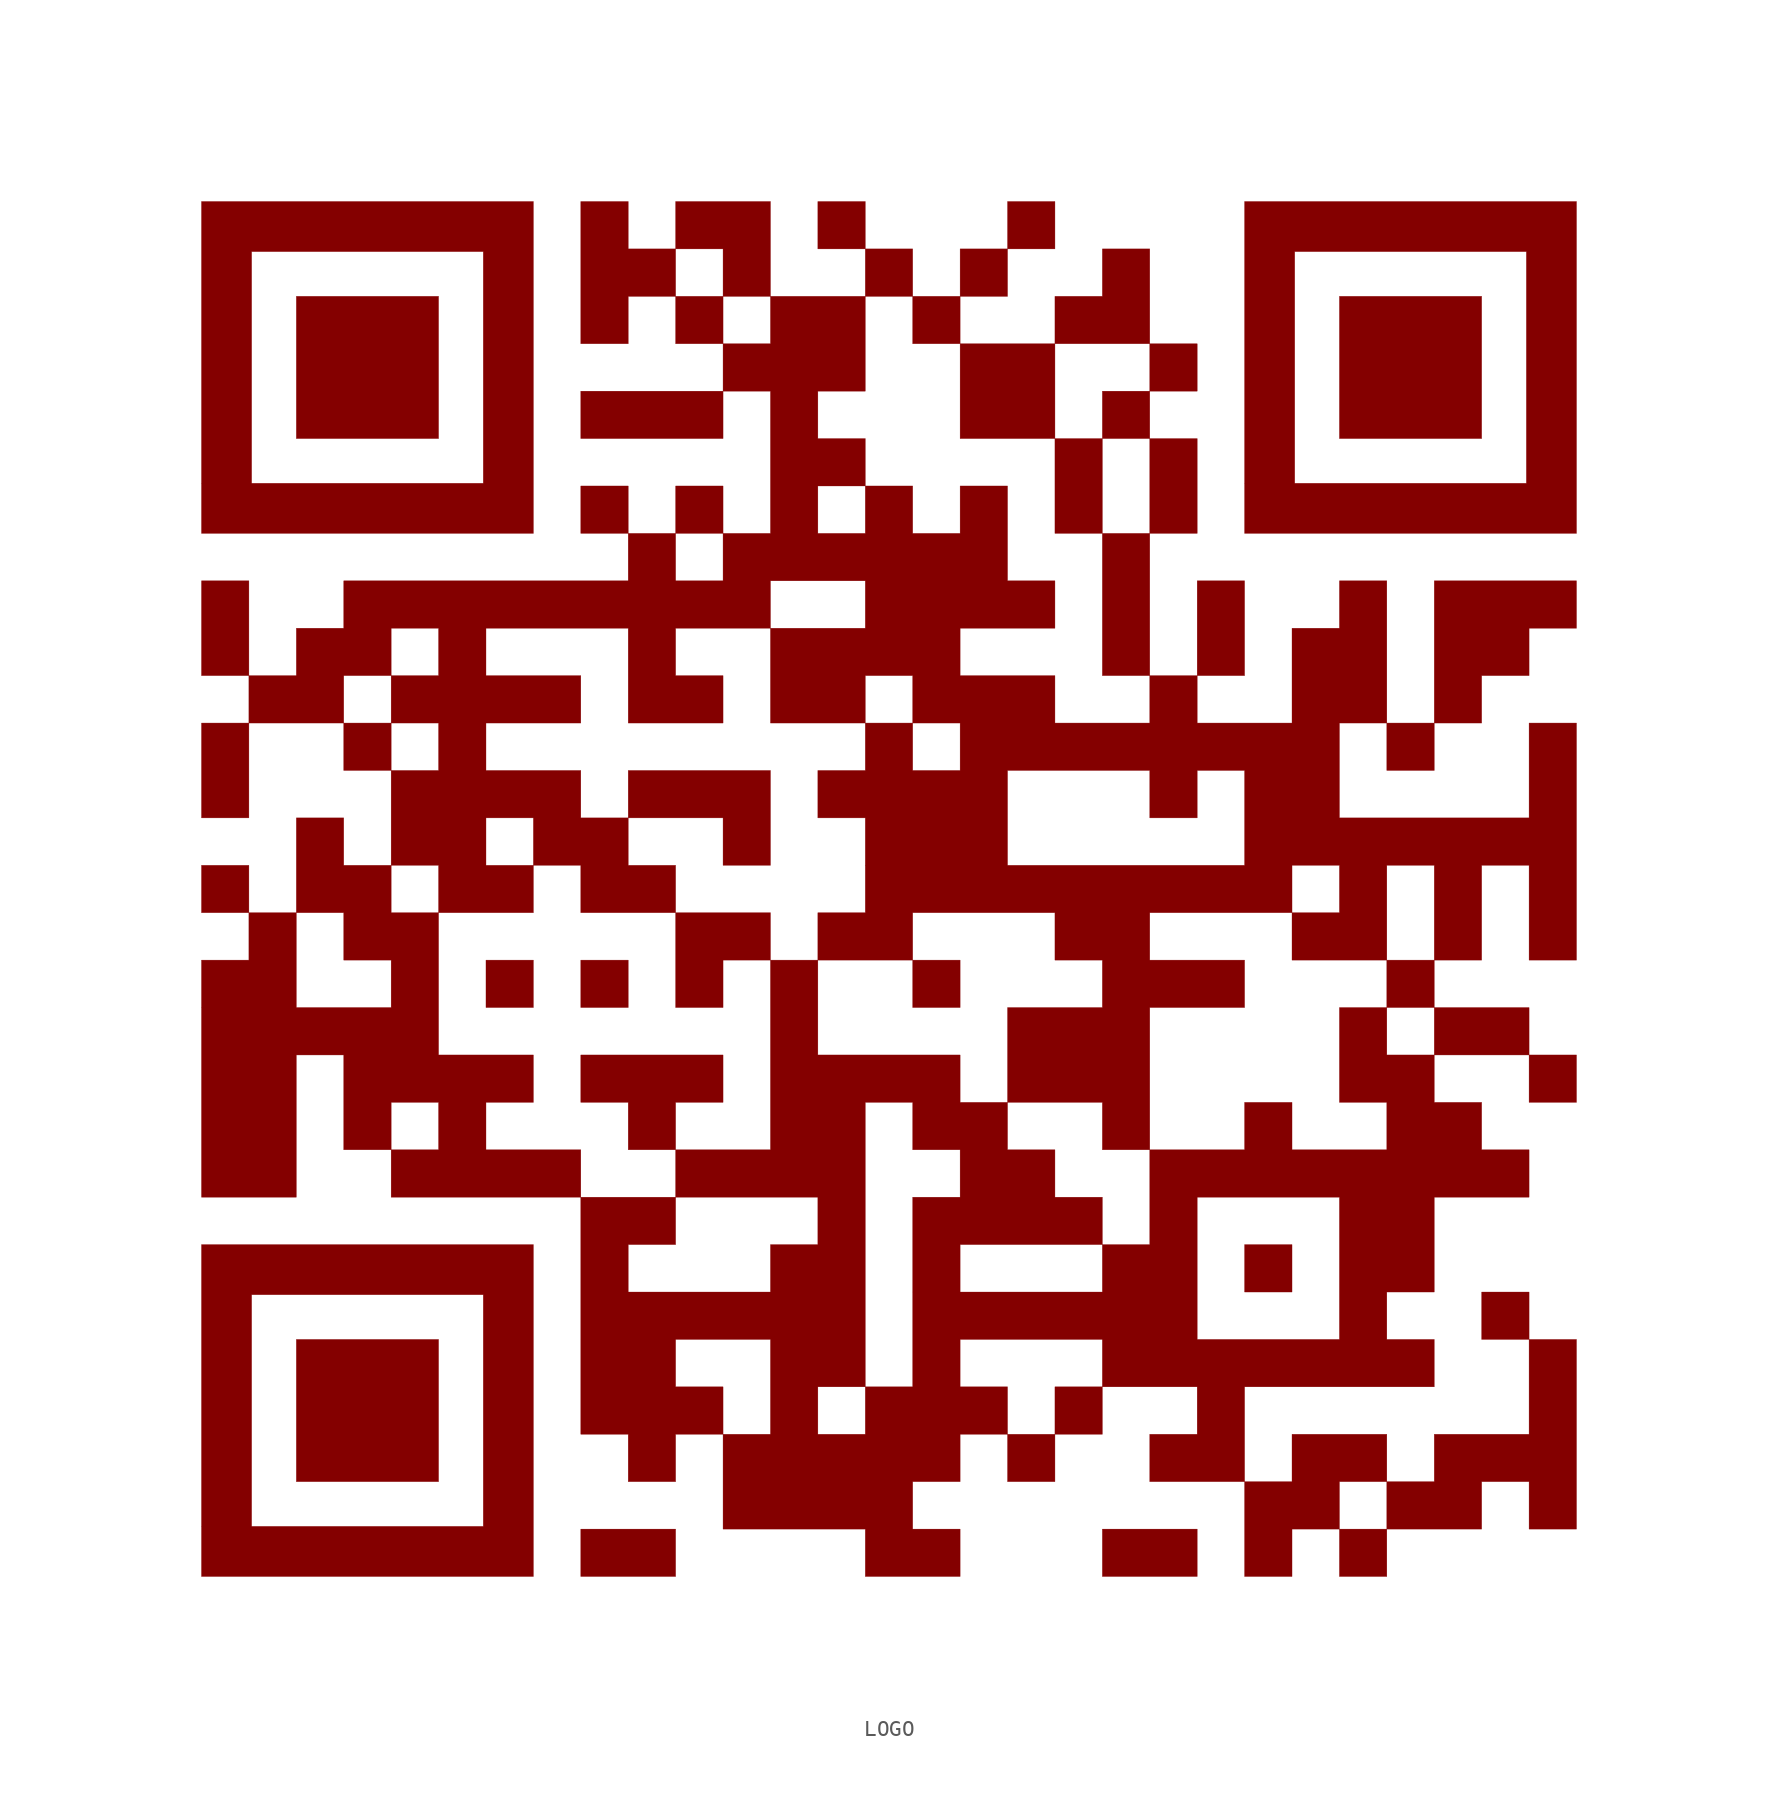
<source format=kicad_sym>
(kicad_symbol_lib
  (version 20220914)
  (generator bitmap2component)
  (symbol "LOGO"
    (pin_names
      (offset 1.016))
    (property "Reference" "#G"
      (at 0 48.218 0)
      (effects (font (size 1.27 1.27)) hide))
    (symbol "LOGO_0_0"
      (polyline (pts (xy -22.183 -32.639) (xy -22.183 -22.267) (xy -32.554 -22.267) (xy -42.926 -22.267) (xy -42.926 -32.639) (xy -42.926 -39.878) (xy -39.793 -39.878) (xy -39.793 -32.639) (xy -39.793 -25.4) (xy -32.554 -25.4) (xy -25.315 -25.4) (xy -25.315 -32.639) (xy -25.315 -39.878) (xy -32.554 -39.878) (xy -39.793 -39.878) (xy -42.926 -39.878) (xy -42.926 -43.011) (xy -32.554 -43.011) (xy -22.183 -43.011) (xy -22.183 -32.639)) (stroke (width 0.01) (type default)) (fill (type outline)))
      (polyline (pts (xy -13.293 -41.529) (xy -13.293 -40.047) (xy -16.256 -40.047) (xy -19.219 -40.047) (xy -19.219 -41.529) (xy -19.219 -43.011) (xy -16.256 -43.011) (xy -13.293 -43.011) (xy -13.293 -41.529)) (stroke (width 0.01) (type default)) (fill (type outline)))
      (polyline (pts (xy 4.487 -41.529) (xy 4.487 -40.047) (xy 3.006 -40.047) (xy 1.524 -40.047) (xy 1.524 -38.566) (xy 1.524 -37.084) (xy 3.006 -37.084) (xy 4.487 -37.084) (xy 4.487 -35.602) (xy 4.487 -34.121) (xy 5.969 -34.121) (xy 7.451 -34.121) (xy 7.451 -35.602) (xy 7.451 -37.084) (xy 8.932 -37.084) (xy 10.414 -37.084) (xy 10.414 -35.602) (xy 10.414 -34.121) (xy 8.932 -34.121) (xy 7.451 -34.121) (xy 7.451 -32.639) (xy 7.451 -31.157) (xy 5.969 -31.157) (xy 4.487 -31.157) (xy 4.487 -29.676) (xy 4.487 -28.194) (xy 8.932 -28.194) (xy 13.377 -28.194) (xy 19.304 -28.194) (xy 19.304 -23.749) (xy 19.304 -19.304) (xy 23.749 -19.304) (xy 28.194 -19.304) (xy 28.194 -23.749) (xy 28.194 -28.194) (xy 23.749 -28.194) (xy 19.304 -28.194) (xy 13.377 -28.194) (xy 13.377 -29.676) (xy 13.377 -31.157) (xy 11.896 -31.157) (xy 10.414 -31.157) (xy 10.414 -32.639) (xy 10.414 -34.121) (xy 11.896 -34.121) (xy 13.377 -34.121) (xy 13.377 -32.639) (xy 13.377 -31.157) (xy 16.341 -31.157) (xy 19.304 -31.157) (xy 19.304 -32.639) (xy 19.304 -34.121) (xy 17.822 -34.121) (xy 16.341 -34.121) (xy 16.341 -35.602) (xy 16.341 -37.084) (xy 19.304 -37.084) (xy 22.267 -37.084) (xy 22.267 -40.047) (xy 22.267 -43.011) (xy 23.749 -43.011) (xy 25.231 -43.011) (xy 25.231 -41.529) (xy 25.231 -40.047) (xy 26.712 -40.047) (xy 28.194 -40.047) (xy 28.194 -41.529) (xy 28.194 -43.011) (xy 29.676 -43.011) (xy 31.157 -43.011) (xy 31.157 -41.529) (xy 31.157 -40.047) (xy 29.676 -40.047) (xy 28.194 -40.047) (xy 28.194 -38.566) (xy 28.194 -37.084) (xy 29.676 -37.084) (xy 31.157 -37.084) (xy 31.157 -38.566) (xy 31.157 -40.047) (xy 34.121 -40.047) (xy 37.084 -40.047) (xy 37.084 -38.566) (xy 37.084 -37.084) (xy 38.566 -37.084) (xy 40.047 -37.084) (xy 40.047 -38.566) (xy 40.047 -40.047) (xy 41.529 -40.047) (xy 43.011 -40.047) (xy 43.011 -34.121) (xy 43.011 -28.194) (xy 41.529 -28.194) (xy 40.047 -28.194) (xy 40.047 -26.712) (xy 40.047 -25.231) (xy 38.566 -25.231) (xy 37.084 -25.231) (xy 37.084 -26.712) (xy 37.084 -28.194) (xy 38.566 -28.194) (xy 40.047 -28.194) (xy 40.047 -31.157) (xy 40.047 -34.121) (xy 37.084 -34.121) (xy 34.121 -34.121) (xy 34.121 -35.602) (xy 34.121 -37.084) (xy 32.639 -37.084) (xy 31.157 -37.084) (xy 31.157 -35.602) (xy 31.157 -34.121) (xy 28.194 -34.121) (xy 25.231 -34.121) (xy 25.231 -35.602) (xy 25.231 -37.084) (xy 23.749 -37.084) (xy 22.267 -37.084) (xy 22.267 -34.121) (xy 22.267 -31.157) (xy 28.194 -31.157) (xy 34.121 -31.157) (xy 34.121 -29.676) (xy 34.121 -28.194) (xy 32.639 -28.194) (xy 31.157 -28.194) (xy 31.157 -26.712) (xy 31.157 -25.231) (xy 32.639 -25.231) (xy 34.121 -25.231) (xy 34.121 -22.267) (xy 34.121 -19.304) (xy 37.084 -19.304) (xy 40.047 -19.304) (xy 40.047 -17.822) (xy 40.047 -16.341) (xy 38.566 -16.341) (xy 37.084 -16.341) (xy 37.084 -14.859) (xy 37.084 -13.377) (xy 35.602 -13.377) (xy 34.121 -13.377) (xy 34.121 -11.896) (xy 34.121 -10.414) (xy 37.084 -10.414) (xy 40.047 -10.414) (xy 40.047 -11.896) (xy 40.047 -13.377) (xy 41.529 -13.377) (xy 43.011 -13.377) (xy 43.011 -11.896) (xy 43.011 -10.414) (xy 41.529 -10.414) (xy 40.047 -10.414) (xy 40.047 -8.932) (xy 40.047 -7.451) (xy 37.084 -7.451) (xy 34.121 -7.451) (xy 34.121 -5.969) (xy 34.121 -4.487) (xy 32.639 -4.487) (xy 31.157 -4.487) (xy 31.157 -1.524) (xy 31.157 1.439) (xy 32.639 1.439) (xy 34.121 1.439) (xy 34.121 -1.524) (xy 34.121 -4.487) (xy 35.602 -4.487) (xy 37.084 -4.487) (xy 37.084 -1.524) (xy 37.084 1.439) (xy 38.566 1.439) (xy 40.047 1.439) (xy 40.047 -1.524) (xy 40.047 -4.487) (xy 41.529 -4.487) (xy 43.011 -4.487) (xy 43.011 2.921) (xy 43.011 10.329) (xy 41.529 10.329) (xy 40.047 10.329) (xy 40.047 7.366) (xy 40.047 4.403) (xy 34.121 4.403) (xy 28.194 4.403) (xy 28.194 7.366) (xy 28.194 10.329) (xy 29.676 10.329) (xy 31.157 10.329) (xy 31.157 8.848) (xy 31.157 7.366) (xy 32.639 7.366) (xy 34.121 7.366) (xy 34.121 8.848) (xy 34.121 10.329) (xy 32.639 10.329) (xy 31.157 10.329) (xy 31.157 14.774) (xy 31.157 19.219) (xy 29.676 19.219) (xy 28.194 19.219) (xy 28.194 17.738) (xy 28.194 16.256) (xy 26.712 16.256) (xy 25.231 16.256) (xy 25.231 13.293) (xy 25.231 10.329) (xy 22.267 10.329) (xy 19.304 10.329) (xy 19.304 11.811) (xy 19.304 13.293) (xy 17.822 13.293) (xy 16.341 13.293) (xy 16.341 17.738) (xy 16.341 22.183) (xy 14.859 22.183) (xy 13.377 22.183) (xy 13.377 17.738) (xy 13.377 13.293) (xy 14.859 13.293) (xy 16.341 13.293) (xy 16.341 11.811) (xy 16.341 10.329) (xy 13.377 10.329) (xy 10.414 10.329) (xy 10.414 11.811) (xy 10.414 13.293) (xy 7.451 13.293) (xy 4.487 13.293) (xy 4.487 14.774) (xy 4.487 16.256) (xy 7.451 16.256) (xy 10.414 16.256) (xy 10.414 17.738) (xy 10.414 19.219) (xy 8.932 19.219) (xy 7.451 19.219) (xy 7.451 22.183) (xy 7.451 25.146) (xy 5.969 25.146) (xy 4.487 25.146) (xy 4.487 23.664) (xy 4.487 22.183) (xy 3.006 22.183) (xy 1.524 22.183) (xy 1.524 23.664) (xy 1.524 25.146) (xy 0.042 25.146) (xy -1.439 25.146) (xy -1.439 23.664) (xy -1.439 22.183) (xy -2.921 22.183) (xy -4.403 22.183) (xy -4.403 23.664) (xy -4.403 25.146) (xy -2.921 25.146) (xy -1.439 25.146) (xy -1.439 26.628) (xy -1.439 28.109) (xy -2.921 28.109) (xy -4.403 28.109) (xy -4.403 29.591) (xy -4.403 31.073) (xy -2.921 31.073) (xy -1.439 31.073) (xy -1.439 34.036) (xy -1.439 36.999) (xy 0.042 36.999) (xy 1.524 36.999) (xy 1.524 35.518) (xy 1.524 34.036) (xy 3.006 34.036) (xy 4.487 34.036) (xy 4.487 31.073) (xy 4.487 28.109) (xy 7.451 28.109) (xy 10.414 28.109) (xy 10.414 31.073) (xy 10.414 34.036) (xy 13.377 34.036) (xy 16.341 34.036) (xy 16.341 32.554) (xy 16.341 31.073) (xy 17.822 31.073) (xy 19.304 31.073) (xy 19.304 32.554) (xy 19.304 34.036) (xy 17.822 34.036) (xy 16.341 34.036) (xy 16.341 36.999) (xy 16.341 39.963) (xy 14.859 39.963) (xy 13.377 39.963) (xy 13.377 38.481) (xy 13.377 36.999) (xy 11.896 36.999) (xy 10.414 36.999) (xy 10.414 35.518) (xy 10.414 34.036) (xy 7.451 34.036) (xy 4.487 34.036) (xy 4.487 35.518) (xy 4.487 36.999) (xy 3.006 36.999) (xy 1.524 36.999) (xy 1.524 38.481) (xy 1.524 39.963) (xy 0.042 39.963) (xy -1.439 39.963) (xy -1.439 41.444) (xy -1.439 42.926) (xy -2.921 42.926) (xy -4.403 42.926) (xy -4.403 41.444) (xy -4.403 39.963) (xy -2.921 39.963) (xy -1.439 39.963) (xy -1.439 38.481) (xy -1.439 36.999) (xy -4.403 36.999) (xy -7.366 36.999) (xy -7.366 39.963) (xy -7.366 42.926) (xy -10.329 42.926) (xy -13.293 42.926) (xy -13.293 41.444) (xy -13.293 39.963) (xy -11.811 39.963) (xy -10.329 39.963) (xy -10.329 38.481) (xy -10.329 36.999) (xy -8.848 36.999) (xy -7.366 36.999) (xy -7.366 35.518) (xy -7.366 34.036) (xy -8.848 34.036) (xy -10.329 34.036) (xy -10.329 35.518) (xy -10.329 36.999) (xy -11.811 36.999) (xy -13.293 36.999) (xy -13.293 38.481) (xy -13.293 39.963) (xy -14.774 39.963) (xy -16.256 39.963) (xy -16.256 41.444) (xy -16.256 42.926) (xy -17.738 42.926) (xy -19.219 42.926) (xy -19.219 38.481) (xy -19.219 34.036) (xy -17.738 34.036) (xy -16.256 34.036) (xy -16.256 35.518) (xy -16.256 36.999) (xy -14.774 36.999) (xy -13.293 36.999) (xy -13.293 35.518) (xy -13.293 34.036) (xy -11.811 34.036) (xy -10.329 34.036) (xy -10.329 32.554) (xy -10.329 31.073) (xy -14.774 31.073) (xy -19.219 31.073) (xy -19.219 29.591) (xy -19.219 28.109) (xy -14.774 28.109) (xy -10.329 28.109) (xy -10.329 29.591) (xy -10.329 31.073) (xy -8.848 31.073) (xy -7.366 31.073) (xy -7.366 26.628) (xy -7.366 22.183) (xy -8.848 22.183) (xy -10.329 22.183) (xy -10.329 23.664) (xy -10.329 25.146) (xy -11.811 25.146) (xy -13.293 25.146) (xy -13.293 23.664) (xy -13.293 22.183) (xy -14.774 22.183) (xy -16.256 22.183) (xy -16.256 23.664) (xy -16.256 25.146) (xy -17.738 25.146) (xy -19.219 25.146) (xy -19.219 23.664) (xy -19.219 22.183) (xy -17.738 22.183) (xy -16.256 22.183) (xy -16.256 20.701) (xy -16.256 19.219) (xy -13.293 19.219) (xy -13.293 20.701) (xy -13.293 22.183) (xy -11.811 22.183) (xy -10.329 22.183) (xy -10.329 20.701) (xy -10.329 19.219) (xy -11.811 19.219) (xy -13.293 19.219) (xy -16.256 19.219) (xy -25.146 19.219) (xy -34.036 19.219) (xy -34.036 17.738) (xy -34.036 16.256) (xy -35.518 16.256) (xy -36.999 16.256) (xy -36.999 14.774) (xy -36.999 13.293) (xy -34.036 13.293) (xy -32.554 13.293) (xy -31.073 13.293) (xy -31.073 14.774) (xy -31.073 16.256) (xy -29.591 16.256) (xy -28.109 16.256) (xy -28.109 14.774) (xy -28.109 13.293) (xy -29.591 13.293) (xy -31.073 13.293) (xy -31.073 11.811) (xy -31.073 10.329) (xy -29.591 10.329) (xy -28.109 10.329) (xy -28.109 8.848) (xy -28.109 7.366) (xy -29.591 7.366) (xy -31.073 7.366) (xy -31.073 8.848) (xy -31.073 10.329) (xy -32.554 10.329) (xy -34.036 10.329) (xy -34.036 11.811) (xy -34.036 13.293) (xy -36.999 13.293) (xy -38.481 13.293) (xy -39.963 13.293) (xy -39.963 16.256) (xy -39.963 19.219) (xy -41.444 19.219) (xy -42.926 19.219) (xy -42.926 16.256) (xy -42.926 13.293) (xy -41.444 13.293) (xy -39.963 13.293) (xy -39.963 11.811) (xy -39.963 10.329) (xy -41.444 10.329) (xy -42.926 10.329) (xy -42.926 7.366) (xy -42.926 4.403) (xy -41.444 4.403) (xy -39.963 4.403) (xy -39.963 7.366) (xy -39.963 10.329) (xy -36.999 10.329) (xy -34.036 10.329) (xy -34.036 8.848) (xy -34.036 7.366) (xy -32.554 7.366) (xy -31.073 7.366) (xy -31.073 4.403) (xy -31.073 1.439) (xy -29.591 1.439) (xy -28.109 1.439) (xy -28.109 -0.042) (xy -28.109 -1.524) (xy -25.146 -1.524) (xy -22.183 -1.524) (xy -22.183 -0.042) (xy -22.183 1.439) (xy -23.664 1.439) (xy -25.146 1.439) (xy -25.146 2.921) (xy -25.146 4.403) (xy -23.664 4.403) (xy -22.183 4.403) (xy -22.183 2.921) (xy -22.183 1.439) (xy -20.701 1.439) (xy -19.219 1.439) (xy -19.219 -0.042) (xy -19.219 -1.524) (xy -16.256 -1.524) (xy -13.293 -1.524) (xy -13.293 -0.042) (xy -13.293 1.439) (xy -14.774 1.439) (xy -16.256 1.439) (xy -16.256 2.921) (xy -16.256 4.403) (xy -17.738 4.403) (xy -19.219 4.403) (xy -19.219 5.884) (xy -19.219 7.366) (xy -22.183 7.366) (xy -25.146 7.366) (xy -25.146 8.848) (xy -25.146 10.329) (xy -22.183 10.329) (xy -19.219 10.329) (xy -19.219 11.811) (xy -19.219 13.293) (xy -22.183 13.293) (xy -25.146 13.293) (xy -25.146 14.774) (xy -25.146 16.256) (xy -20.701 16.256) (xy -16.256 16.256) (xy -16.256 13.293) (xy -16.256 10.329) (xy -13.293 10.329) (xy -10.329 10.329) (xy -10.329 11.811) (xy -10.329 13.293) (xy -11.811 13.293) (xy -13.293 13.293) (xy -13.293 14.774) (xy -13.293 16.256) (xy -10.329 16.256) (xy -7.366 16.256) (xy -7.366 17.738) (xy -7.366 19.219) (xy -4.403 19.219) (xy -1.439 19.219) (xy -1.439 17.738) (xy -1.439 16.256) (xy -4.403 16.256) (xy -7.366 16.256) (xy -7.366 13.293) (xy -7.366 10.329) (xy -4.403 10.329) (xy -1.439 10.329) (xy -1.439 11.811) (xy -1.439 13.293) (xy 0.042 13.293) (xy 1.524 13.293) (xy 1.524 11.811) (xy 1.524 10.329) (xy 3.006 10.329) (xy 4.487 10.329) (xy 4.487 8.848) (xy 4.487 7.366) (xy 3.006 7.366) (xy 1.524 7.366) (xy 1.524 8.848) (xy 1.524 10.329) (xy 0.042 10.329) (xy -1.439 10.329) (xy -1.439 8.848) (xy -1.439 7.366) (xy -2.921 7.366) (xy -4.403 7.366) (xy -4.403 5.884) (xy -4.403 4.403) (xy -2.921 4.403) (xy -1.439 4.403) (xy -1.439 1.439) (xy 7.451 1.439) (xy 7.451 4.403) (xy 7.451 7.366) (xy 11.896 7.366) (xy 16.341 7.366) (xy 16.341 5.884) (xy 16.341 4.403) (xy 17.822 4.403) (xy 19.304 4.403) (xy 19.304 5.884) (xy 19.304 7.366) (xy 20.786 7.366) (xy 22.267 7.366) (xy 22.267 4.403) (xy 22.267 1.439) (xy 14.859 1.439) (xy 7.451 1.439) (xy -1.439 1.439) (xy -1.439 -1.524) (xy -2.921 -1.524) (xy -4.403 -1.524) (xy -4.403 -3.006) (xy -4.403 -4.487) (xy -1.439 -4.487) (xy 1.524 -4.487) (xy 1.524 -3.006) (xy 1.524 -1.524) (xy 5.969 -1.524) (xy 10.414 -1.524) (xy 10.414 -3.006) (xy 10.414 -4.487) (xy 11.896 -4.487) (xy 13.377 -4.487) (xy 13.377 -5.969) (xy 13.377 -7.451) (xy 10.414 -7.451) (xy 7.451 -7.451) (xy 7.451 -10.414) (xy 7.451 -13.377) (xy 10.414 -13.377) (xy 13.377 -13.377) (xy 13.377 -14.859) (xy 13.377 -16.341) (xy 14.859 -16.341) (xy 16.341 -16.341) (xy 16.341 -11.896) (xy 16.341 -7.451) (xy 19.304 -7.451) (xy 22.267 -7.451) (xy 22.267 -5.969) (xy 22.267 -4.487) (xy 19.304 -4.487) (xy 16.341 -4.487) (xy 16.341 -3.006) (xy 16.341 -1.524) (xy 20.786 -1.524) (xy 25.231 -1.524) (xy 25.231 -0.042) (xy 25.231 1.439) (xy 26.712 1.439) (xy 28.194 1.439) (xy 28.194 -0.042) (xy 28.194 -1.524) (xy 26.712 -1.524) (xy 25.231 -1.524) (xy 25.231 -3.006) (xy 25.231 -4.487) (xy 28.194 -4.487) (xy 31.157 -4.487) (xy 31.157 -5.969) (xy 31.157 -7.451) (xy 32.639 -7.451) (xy 34.121 -7.451) (xy 34.121 -8.932) (xy 34.121 -10.414) (xy 32.639 -10.414) (xy 31.157 -10.414) (xy 31.157 -8.932) (xy 31.157 -7.451) (xy 29.676 -7.451) (xy 28.194 -7.451) (xy 28.194 -10.414) (xy 28.194 -13.377) (xy 29.676 -13.377) (xy 31.157 -13.377) (xy 31.157 -14.859) (xy 31.157 -16.341) (xy 28.194 -16.341) (xy 25.231 -16.341) (xy 25.231 -14.859) (xy 25.231 -13.377) (xy 23.749 -13.377) (xy 22.267 -13.377) (xy 22.267 -14.859) (xy 22.267 -16.341) (xy 19.304 -16.341) (xy 16.341 -16.341) (xy 16.341 -19.304) (xy 16.341 -22.267) (xy 14.859 -22.267) (xy 13.377 -22.267) (xy 13.377 -20.786) (xy 13.377 -19.304) (xy 11.896 -19.304) (xy 10.414 -19.304) (xy 10.414 -17.822) (xy 10.414 -16.341) (xy 8.932 -16.341) (xy 7.451 -16.341) (xy 7.451 -14.859) (xy 7.451 -13.377) (xy 5.969 -13.377) (xy 4.487 -13.377) (xy 4.487 -11.896) (xy 4.487 -10.414) (xy 0.042 -10.414) (xy -4.403 -10.414) (xy -4.403 -7.451) (xy -4.403 -4.487) (xy -5.884 -4.487) (xy -7.366 -4.487) (xy -7.366 -10.414) (xy -7.366 -16.341) (xy -10.329 -16.341) (xy -13.293 -16.341) (xy -13.293 -17.822) (xy -13.293 -19.304) (xy -8.848 -19.304) (xy -4.403 -19.304) (xy -4.403 -20.786) (xy -4.403 -22.267) (xy -5.884 -22.267) (xy -7.366 -22.267) (xy -7.366 -23.749) (xy -7.366 -25.231) (xy -11.811 -25.231) (xy -16.256 -25.231) (xy -16.256 -23.749) (xy -16.256 -22.267) (xy -14.774 -22.267) (xy -13.293 -22.267) (xy -13.293 -20.786) (xy -13.293 -19.304) (xy -16.256 -19.304) (xy -19.219 -19.304) (xy -19.219 -17.822) (xy -19.219 -16.341) (xy -22.183 -16.341) (xy -25.146 -16.341) (xy -25.146 -14.859) (xy -25.146 -13.377) (xy -23.664 -13.377) (xy -22.183 -13.377) (xy -22.183 -11.896) (xy -22.183 -10.414) (xy -25.146 -10.414) (xy -28.109 -10.414) (xy -28.109 -5.969) (xy -28.109 -1.524) (xy -29.591 -1.524) (xy -31.073 -1.524) (xy -31.073 -0.042) (xy -31.073 1.439) (xy -32.554 1.439) (xy -34.036 1.439) (xy -34.036 2.921) (xy -34.036 4.403) (xy -35.518 4.403) (xy -36.999 4.403) (xy -36.999 1.439) (xy -36.999 -1.524) (xy -38.481 -1.524) (xy -39.963 -1.524) (xy -39.963 -0.042) (xy -39.963 1.439) (xy -41.444 1.439) (xy -42.926 1.439) (xy -42.926 -0.042) (xy -42.926 -1.524) (xy -41.444 -1.524) (xy -39.963 -1.524) (xy -39.963 -3.006) (xy -39.963 -4.487) (xy -41.444 -4.487) (xy -42.926 -4.487) (xy -42.926 -7.451) (xy -36.999 -7.451) (xy -36.999 -4.487) (xy -36.999 -1.524) (xy -35.518 -1.524) (xy -34.036 -1.524) (xy -34.036 -3.006) (xy -34.036 -4.487) (xy -32.554 -4.487) (xy -31.073 -4.487) (xy -31.073 -5.969) (xy -31.073 -7.451) (xy -34.036 -7.451) (xy -36.999 -7.451) (xy -42.926 -7.451) (xy -42.926 -11.896) (xy -42.926 -19.304) (xy -39.963 -19.304) (xy -36.999 -19.304) (xy -36.999 -14.859) (xy -36.999 -10.414) (xy -35.518 -10.414) (xy -34.036 -10.414) (xy -34.036 -13.377) (xy -34.036 -16.341) (xy -32.554 -16.341) (xy -31.073 -16.341) (xy -31.073 -14.859) (xy -31.073 -13.377) (xy -29.591 -13.377) (xy -28.109 -13.377) (xy -28.109 -14.859) (xy -28.109 -16.341) (xy -29.591 -16.341) (xy -31.073 -16.341) (xy -31.073 -17.822) (xy -31.073 -19.304) (xy -25.146 -19.304) (xy -19.219 -19.304) (xy -19.219 -26.712) (xy -19.219 -28.194) (xy -13.293 -28.194) (xy -10.329 -28.194) (xy -7.366 -28.194) (xy -7.366 -31.157) (xy -7.366 -34.121) (xy -4.403 -34.121) (xy -4.403 -32.639) (xy -4.403 -31.157) (xy -2.921 -31.157) (xy -1.439 -31.157) (xy -1.439 -22.267) (xy -1.439 -13.377) (xy 0.042 -13.377) (xy 1.524 -13.377) (xy 1.524 -14.859) (xy 1.524 -16.341) (xy 3.006 -16.341) (xy 4.487 -16.341) (xy 4.487 -17.822) (xy 4.487 -19.304) (xy 3.006 -19.304) (xy 1.524 -19.304) (xy 1.524 -25.231) (xy 4.487 -25.231) (xy 4.487 -23.749) (xy 4.487 -22.267) (xy 8.932 -22.267) (xy 13.377 -22.267) (xy 13.377 -23.749) (xy 13.377 -25.231) (xy 8.932 -25.231) (xy 4.487 -25.231) (xy 1.524 -25.231) (xy 1.524 -31.157) (xy 0.042 -31.157) (xy -1.439 -31.157) (xy -1.439 -32.639) (xy -1.439 -34.121) (xy -2.921 -34.121) (xy -4.403 -34.121) (xy -7.366 -34.121) (xy -8.848 -34.121) (xy -10.329 -34.121) (xy -10.329 -32.639) (xy -10.329 -31.157) (xy -11.811 -31.157) (xy -13.293 -31.157) (xy -13.293 -29.676) (xy -13.293 -28.194) (xy -19.219 -28.194) (xy -19.219 -34.121) (xy -17.738 -34.121) (xy -16.256 -34.121) (xy -16.256 -35.602) (xy -16.256 -37.084) (xy -14.774 -37.084) (xy -13.293 -37.084) (xy -13.293 -35.602) (xy -13.293 -34.121) (xy -11.811 -34.121) (xy -10.329 -34.121) (xy -10.329 -37.084) (xy -10.329 -40.047) (xy -5.884 -40.047) (xy -1.439 -40.047) (xy -1.439 -41.529) (xy -1.439 -43.011) (xy 1.524 -43.011) (xy 4.487 -43.011) (xy 4.487 -41.529)) (stroke (width 0.01) (type default)) (fill (type outline)))
      (polyline (pts (xy 10.414 41.444) (xy 10.414 42.926) (xy 8.932 42.926) (xy 7.451 42.926) (xy 7.451 41.444) (xy 7.451 39.963) (xy 8.932 39.963) (xy 10.414 39.963) (xy 10.414 41.444)) (stroke (width 0.01) (type default)) (fill (type outline)))
      (polyline (pts (xy 7.451 38.481) (xy 7.451 39.963) (xy 5.969 39.963) (xy 4.487 39.963) (xy 4.487 38.481) (xy 4.487 36.999) (xy 5.969 36.999) (xy 7.451 36.999) (xy 7.451 38.481)) (stroke (width 0.01) (type default)) (fill (type outline)))
      (polyline (pts (xy 19.304 25.146) (xy 19.304 28.109) (xy 17.822 28.109) (xy 16.341 28.109) (xy 16.341 29.591) (xy 16.341 31.073) (xy 14.859 31.073) (xy 13.377 31.073) (xy 13.377 29.591) (xy 13.377 28.109) (xy 14.859 28.109) (xy 16.341 28.109) (xy 16.341 25.146) (xy 16.341 22.183) (xy 17.822 22.183) (xy 19.304 22.183) (xy 19.304 25.146)) (stroke (width 0.01) (type default)) (fill (type outline)))
      (polyline (pts (xy 22.267 16.256) (xy 22.267 19.219) (xy 20.786 19.219) (xy 19.304 19.219) (xy 19.304 16.256) (xy 19.304 13.293) (xy 20.786 13.293) (xy 22.267 13.293) (xy 22.267 16.256)) (stroke (width 0.01) (type default)) (fill (type outline)))
      (polyline (pts (xy 37.084 11.811) (xy 37.084 13.293) (xy 38.566 13.293) (xy 40.047 13.293) (xy 40.047 14.774) (xy 40.047 16.256) (xy 41.529 16.256) (xy 43.011 16.256) (xy 43.011 17.738) (xy 43.011 19.219) (xy 38.566 19.219) (xy 34.121 19.219) (xy 34.121 14.774) (xy 34.121 10.329) (xy 35.602 10.329) (xy 37.084 10.329) (xy 37.084 11.811)) (stroke (width 0.01) (type default)) (fill (type outline)))
      (polyline (pts (xy 19.304 -41.529) (xy 19.304 -40.047) (xy 16.341 -40.047) (xy 13.377 -40.047) (xy 13.377 -41.529) (xy 13.377 -43.011) (xy 16.341 -43.011) (xy 19.304 -43.011) (xy 19.304 -41.529)) (stroke (width 0.01) (type default)) (fill (type outline)))
      (polyline (pts (xy -22.183 32.554) (xy -22.183 42.926) (xy -32.554 42.926) (xy -42.926 42.926) (xy -42.926 32.554) (xy -42.926 25.315) (xy -39.793 25.315) (xy -39.793 32.554) (xy -39.793 39.793) (xy -32.554 39.793) (xy -25.315 39.793) (xy -25.315 32.554) (xy -25.315 25.315) (xy -32.554 25.315) (xy -39.793 25.315) (xy -42.926 25.315) (xy -42.926 22.183) (xy -32.554 22.183) (xy -22.183 22.183) (xy -22.183 32.554)) (stroke (width 0.01) (type default)) (fill (type outline)))
      (polyline (pts (xy 43.011 32.554) (xy 43.011 42.926) (xy 32.639 42.926) (xy 22.267 42.926) (xy 22.267 32.554) (xy 22.267 25.315) (xy 25.4 25.315) (xy 25.4 32.554) (xy 25.4 39.793) (xy 32.639 39.793) (xy 39.878 39.793) (xy 39.878 32.554) (xy 39.878 25.315) (xy 32.639 25.315) (xy 25.4 25.315) (xy 22.267 25.315) (xy 22.267 22.183) (xy 32.639 22.183) (xy 43.011 22.183) (xy 43.011 32.554)) (stroke (width 0.01) (type default)) (fill (type outline)))
      (polyline (pts (xy -28.109 -32.639) (xy -28.109 -28.194) (xy -32.554 -28.194) (xy -36.999 -28.194) (xy -36.999 -32.639) (xy -36.999 -37.084) (xy -32.554 -37.084) (xy -28.109 -37.084) (xy -28.109 -32.639)) (stroke (width 0.01) (type default)) (fill (type outline)))
      (polyline (pts (xy 25.231 -23.749) (xy 25.231 -22.267) (xy 23.749 -22.267) (xy 22.267 -22.267) (xy 22.267 -23.749) (xy 22.267 -25.231) (xy 23.749 -25.231) (xy 25.231 -25.231) (xy 25.231 -23.749)) (stroke (width 0.01) (type default)) (fill (type outline)))
      (polyline (pts (xy -13.293 -14.859) (xy -13.293 -13.377) (xy -11.811 -13.377) (xy -10.329 -13.377) (xy -10.329 -11.896) (xy -10.329 -10.414) (xy -14.774 -10.414) (xy -19.219 -10.414) (xy -19.219 -11.896) (xy -19.219 -13.377) (xy -17.738 -13.377) (xy -16.256 -13.377) (xy -16.256 -14.859) (xy -16.256 -16.341) (xy -14.774 -16.341) (xy -13.293 -16.341) (xy -13.293 -14.859)) (stroke (width 0.01) (type default)) (fill (type outline)))
      (polyline (pts (xy -22.183 -5.969) (xy -22.183 -4.487) (xy -23.664 -4.487) (xy -25.146 -4.487) (xy -25.146 -5.969) (xy -25.146 -7.451) (xy -23.664 -7.451) (xy -22.183 -7.451) (xy -22.183 -5.969)) (stroke (width 0.01) (type default)) (fill (type outline)))
      (polyline (pts (xy -16.256 -5.969) (xy -16.256 -4.487) (xy -17.738 -4.487) (xy -19.219 -4.487) (xy -19.219 -5.969) (xy -19.219 -7.451) (xy -17.738 -7.451) (xy -16.256 -7.451) (xy -16.256 -5.969)) (stroke (width 0.01) (type default)) (fill (type outline)))
      (polyline (pts (xy -10.329 -5.969) (xy -10.329 -4.487) (xy -8.848 -4.487) (xy -7.366 -4.487) (xy -7.366 -3.006) (xy -7.366 -1.524) (xy -10.329 -1.524) (xy -13.293 -1.524) (xy -13.293 -4.487) (xy -13.293 -7.451) (xy -11.811 -7.451) (xy -10.329 -7.451) (xy -10.329 -5.969)) (stroke (width 0.01) (type default)) (fill (type outline)))
      (polyline (pts (xy 4.487 -5.969) (xy 4.487 -4.487) (xy 3.006 -4.487) (xy 1.524 -4.487) (xy 1.524 -5.969) (xy 1.524 -7.451) (xy 3.006 -7.451) (xy 4.487 -7.451) (xy 4.487 -5.969)) (stroke (width 0.01) (type default)) (fill (type outline)))
      (polyline (pts (xy -7.366 4.403) (xy -7.366 7.366) (xy -11.811 7.366) (xy -16.256 7.366) (xy -16.256 5.884) (xy -16.256 4.403) (xy -13.293 4.403) (xy -10.329 4.403) (xy -10.329 2.921) (xy -10.329 1.439) (xy -8.848 1.439) (xy -7.366 1.439) (xy -7.366 4.403)) (stroke (width 0.01) (type default)) (fill (type outline)))
      (polyline (pts (xy 13.377 25.146) (xy 13.377 28.109) (xy 11.896 28.109) (xy 10.414 28.109) (xy 10.414 25.146) (xy 10.414 22.183) (xy 11.896 22.183) (xy 13.377 22.183) (xy 13.377 25.146)) (stroke (width 0.01) (type default)) (fill (type outline)))
      (polyline (pts (xy -28.109 32.554) (xy -28.109 36.999) (xy -32.554 36.999) (xy -36.999 36.999) (xy -36.999 32.554) (xy -36.999 28.109) (xy -32.554 28.109) (xy -28.109 28.109) (xy -28.109 32.554)) (stroke (width 0.01) (type default)) (fill (type outline)))
      (polyline (pts (xy 37.084 32.554) (xy 37.084 36.999) (xy 32.639 36.999) (xy 28.194 36.999) (xy 28.194 32.554) (xy 28.194 28.109) (xy 32.639 28.109) (xy 37.084 28.109) (xy 37.084 32.554)) (stroke (width 0.01) (type default)) (fill (type outline))))))
</source>
